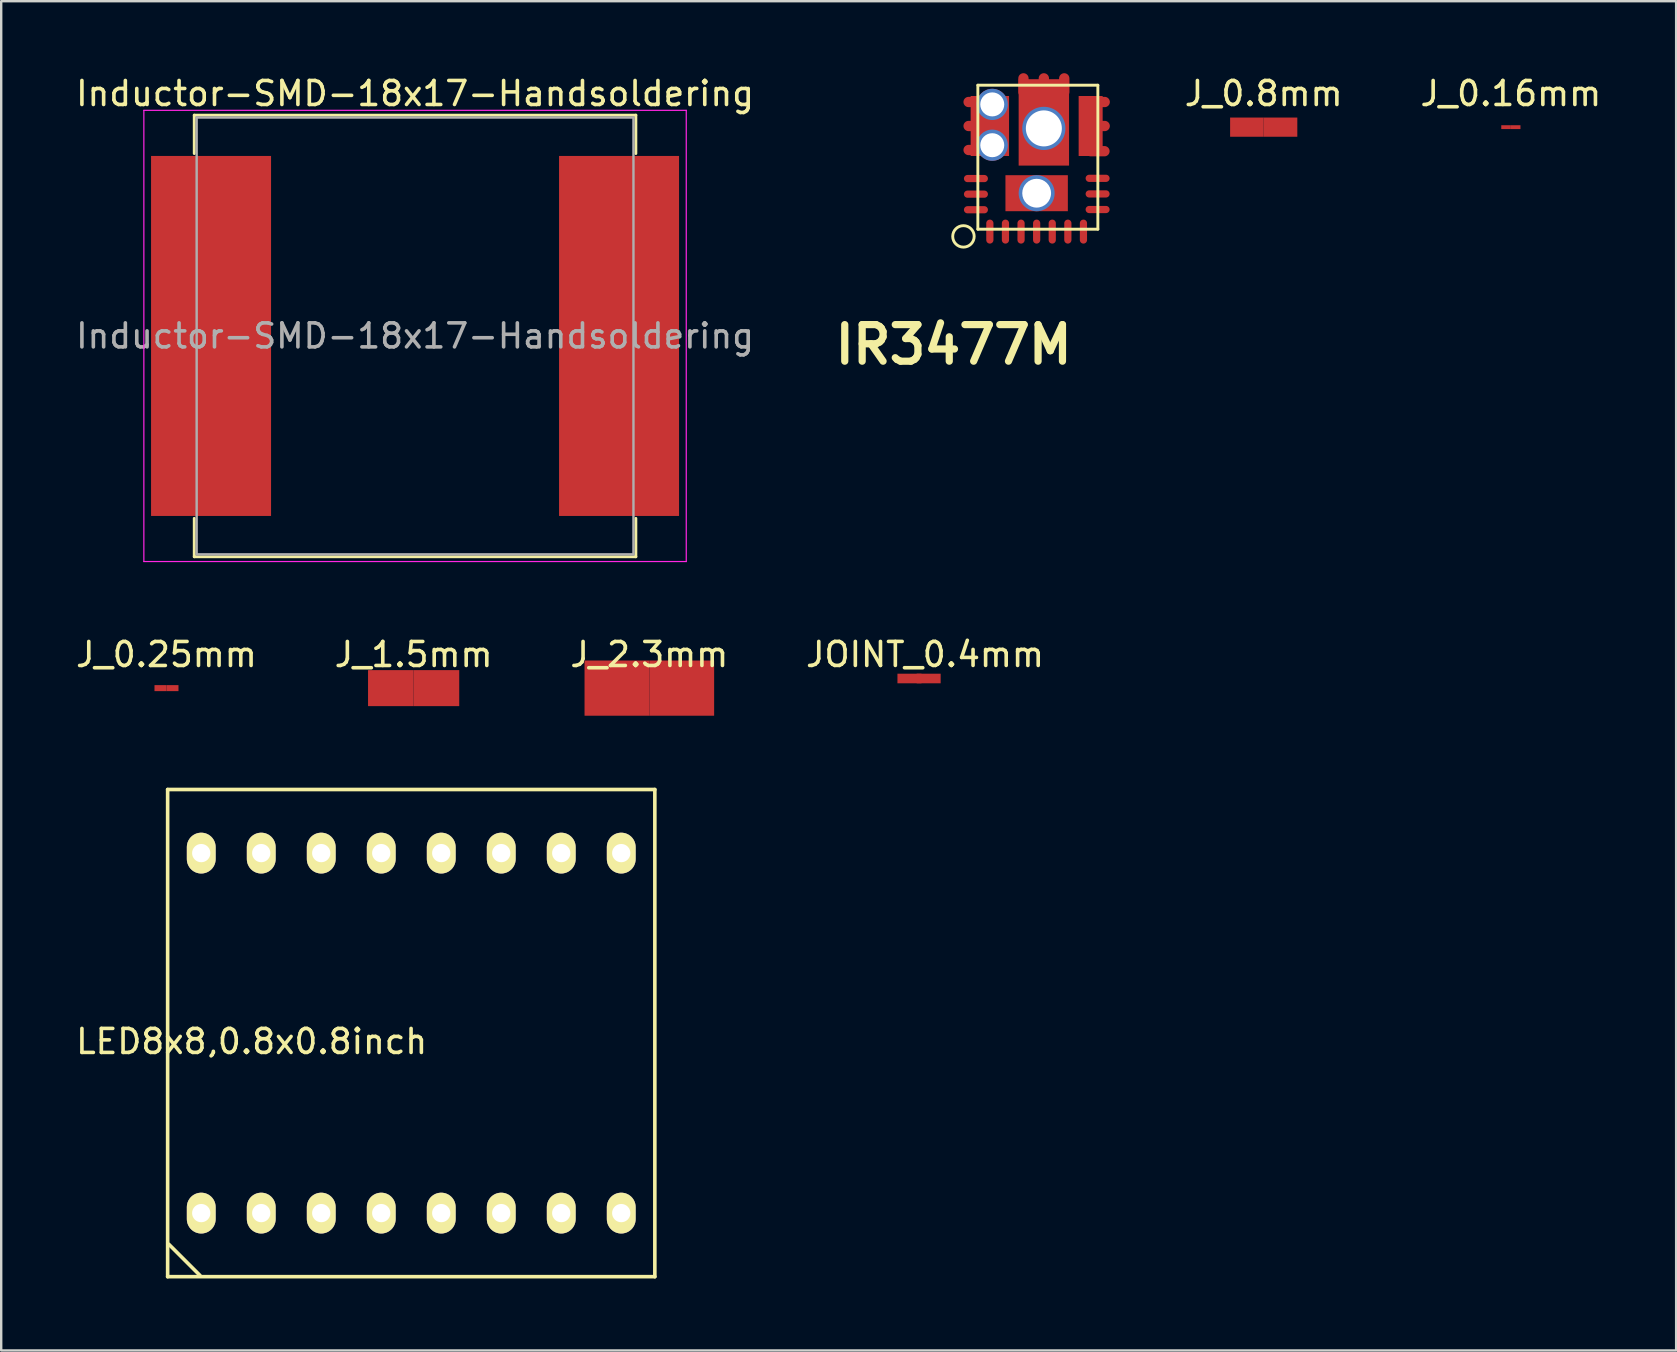
<source format=kicad_pcb>
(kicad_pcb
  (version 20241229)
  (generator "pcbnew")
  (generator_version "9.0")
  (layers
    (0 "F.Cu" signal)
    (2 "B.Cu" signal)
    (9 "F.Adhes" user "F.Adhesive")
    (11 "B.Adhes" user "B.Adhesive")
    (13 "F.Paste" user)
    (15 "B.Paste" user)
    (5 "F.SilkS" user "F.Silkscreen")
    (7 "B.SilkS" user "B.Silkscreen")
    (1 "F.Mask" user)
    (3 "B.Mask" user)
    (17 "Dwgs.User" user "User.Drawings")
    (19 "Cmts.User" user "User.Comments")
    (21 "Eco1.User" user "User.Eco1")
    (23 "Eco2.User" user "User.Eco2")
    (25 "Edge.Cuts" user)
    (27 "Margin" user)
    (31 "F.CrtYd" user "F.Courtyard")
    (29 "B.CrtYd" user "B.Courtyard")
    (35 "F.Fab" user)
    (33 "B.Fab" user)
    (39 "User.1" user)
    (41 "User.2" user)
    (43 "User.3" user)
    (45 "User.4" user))
  (footprint "J_0.25mm"
    (layer "F.Cu")
    (at 3.887 25.622)
    (property "Reference" "J_0.25mm" (at 0 -1.4 0) (layer "F.SilkS") (effects (font (size 1 1) (thickness 0.15))))
    (attr through_hole)
    (pad "1" smd rect (at -0.35 0) (size 0.5 0.25) (drill (offset 0.1 0)) (layers "F.Cu"))
    (pad "2" smd rect (at 0.35 0 180) (size 0.5 0.25) (drill (offset 0.1 0)) (layers "F.Cu")))
  (footprint "J_0.16mm"
    (layer "F.Cu")
    (at 59.903 2.248)
    (property "Reference" "J_0.16mm" (at 0 -1.4 0) (layer "F.SilkS") (effects (font (size 1 1) (thickness 0.15))))
    (attr through_hole)
    (pad "1" smd rect (at -0.3 0 180) (size 0.4 0.16) (drill (offset -0.1 0)) (layers "F.Cu"))
    (pad "2" smd rect (at 0.3 0) (size 0.4 0.16) (drill (offset -0.1 0)) (layers "F.Cu")))
  (footprint "Inductor-SMD-18x17-Handsoldering"
    (layer "F.Cu")
    (at 14.244 10.948)
    (property "Reference" "Inductor-SMD-18x17-Handsoldering" (at 0 -10.1 0) (layer "F.SilkS") (effects (font (size 1 1) (thickness 0.15))))
    (attr smd)
    (fp_line (start -9.2 -9.2) (end 9.2 -9.2) (stroke (width 0.12) (type solid)) (layer "F.SilkS"))
    (fp_line (start -9.2 -7.6) (end -9.2 -9.2) (stroke (width 0.12) (type solid)) (layer "F.SilkS"))
    (fp_line (start -9.2 7.6) (end -9.2 9.2) (stroke (width 0.12) (type solid)) (layer "F.SilkS"))
    (fp_line (start -9.2 9.2) (end 9.2 9.2) (stroke (width 0.12) (type solid)) (layer "F.SilkS"))
    (fp_line (start 9.2 -9.2) (end 9.2 -7.6) (stroke (width 0.12) (type solid)) (layer "F.SilkS"))
    (fp_line (start 9.2 9.2) (end 9.2 7.6) (stroke (width 0.12) (type solid)) (layer "F.SilkS"))
    (fp_line (start -11.3 -9.4) (end -11.3 9.4) (stroke (width 0.05) (type solid)) (layer "F.CrtYd"))
    (fp_line (start -11.3 9.4) (end 11.3 9.4) (stroke (width 0.05) (type solid)) (layer "F.CrtYd"))
    (fp_line (start 11.3 -9.4) (end -11.3 -9.4) (stroke (width 0.05) (type solid)) (layer "F.CrtYd"))
    (fp_line (start 11.3 9.4) (end 11.3 -9.4) (stroke (width 0.05) (type solid)) (layer "F.CrtYd"))
    (fp_line (start -9.1 -9.1) (end -9.1 9.1) (stroke (width 0.1) (type solid)) (layer "F.Fab"))
    (fp_line (start -9.1 9.1) (end 9.1 9.1) (stroke (width 0.1) (type solid)) (layer "F.Fab"))
    (fp_line (start 9.1 -9.1) (end -9.1 -9.1) (stroke (width 0.1) (type solid)) (layer "F.Fab"))
    (fp_line (start 9.1 9.1) (end 9.1 -9.1) (stroke (width 0.1) (type solid)) (layer "F.Fab"))
    (fp_text user "${REFERENCE}" (at 0 0 0) (layer "F.Fab") (effects (font (size 1 1) (thickness 0.15))))
    (pad "1" smd rect (at -8.5 0) (size 5 15) (layers "F.Cu" "F.Mask" "F.Paste"))
    (pad "2" smd rect (at 8.5 0) (size 5 15) (layers "F.Cu" "F.Mask" "F.Paste")))
  (footprint "JOINT_0.4mm"
    (layer "F.Cu")
    (at 35.244 25.221)
    (property "Reference" "JOINT_0.4mm" (at 0.25 -1 0) (layer "F.SilkS") (effects (font (size 1 1) (thickness 0.15))))
    (attr through_hole)
    (pad "1" smd rect (at -0.7 0) (size 1 0.4) (drill (offset 0.3 0)) (layers "F.Cu"))
    (pad "2" smd rect (at 0.7 0) (size 1 0.4) (drill (offset -0.3 0)) (layers "F.Cu")))
  (footprint "IR3477M"
    (layer "F.Cu")
    (at 38.194 6.6)
    (property "Reference" "IR3477M" (at -1.51 4.71 0) (layer "F.SilkS") (effects (font (size 1.524 1.524) (thickness 0.3))))
    (attr through_hole)
    (fp_line (start -0.5 -6.1) (end -0.5 -0.1) (stroke (width 0.12) (type solid)) (layer "F.SilkS"))
    (fp_line (start -0.5 -6.1) (end 4.5 -6.1) (stroke (width 0.12) (type solid)) (layer "F.SilkS"))
    (fp_line (start -0.5 -0.1) (end 4.5 -0.1) (stroke (width 0.12) (type solid)) (layer "F.SilkS"))
    (fp_line (start 4.5 -6.1) (end 4.5 -0.1) (stroke (width 0.12) (type solid)) (layer "F.SilkS"))
    (fp_circle (center -1.1 0.2) (end -0.9 0.6) (stroke (width 0.12) (type solid)) (fill no) (layer "F.SilkS"))
    (pad "1" smd oval (at 0 0) (size 0.3 1) (layers "F.Cu" "F.Mask" "F.Paste"))
    (pad "2" smd oval (at 0.65 0) (size 0.3 1) (layers "F.Cu" "F.Mask" "F.Paste"))
    (pad "3" smd oval (at 1.3 0) (size 0.3 1) (layers "F.Cu" "F.Mask" "F.Paste"))
    (pad "4" smd oval (at 1.95 0) (size 0.3 1) (layers "F.Cu" "F.Mask" "F.Paste"))
    (pad "5" smd oval (at 2.6 0) (size 0.3 1) (layers "F.Cu" "F.Mask" "F.Paste"))
    (pad "6" smd oval (at 3.25 0) (size 0.3 1) (layers "F.Cu" "F.Mask" "F.Paste"))
    (pad "7" smd oval (at 3.9 0) (size 0.3 1) (layers "F.Cu" "F.Mask" "F.Paste"))
    (pad "8" smd oval (at 4.49 -0.92 90) (size 0.3 1) (layers "F.Cu" "F.Mask" "F.Paste"))
    (pad "9" smd oval (at 4.49 -1.57 90) (size 0.3 1) (layers "F.Cu" "F.Mask" "F.Paste"))
    (pad "10" smd oval (at 4.49 -2.22 90) (size 0.3 1) (layers "F.Cu" "F.Mask" "F.Paste"))
    (pad "11" smd rect (at 4.2 -4.4 180) (size 1 2.5) (layers "F.Cu" "F.Mask" "F.Paste"))
    (pad "11" smd oval (at 4.49 -3.35 90) (size 0.43 1) (layers "F.Cu" "F.Mask" "F.Paste"))
    (pad "11" smd oval (at 4.5 -5.4 90) (size 0.43 1) (layers "F.Cu" "F.Mask" "F.Paste"))
    (pad "11" smd oval (at 4.5 -4.4 90) (size 0.43 1) (layers "F.Cu" "F.Mask" "F.Paste"))
    (pad "12" smd oval (at 1.4 -6.1 180) (size 0.43 1) (layers "F.Cu" "F.Mask" "F.Paste"))
    (pad "12" smd oval (at 2.25 -6.1 180) (size 0.43 1) (layers "F.Cu" "F.Mask" "F.Paste"))
    (pad "12" smd rect (at 2.25 -4.55 180) (size 2.1 3.6) (layers "F.Cu" "F.Mask" "F.Paste"))
    (pad "12" thru_hole circle (at 2.25 -4.3 180) (size 1.8 1.8) (drill 1.5) (layers "*.Cu" "*.Mask"))
    (pad "12" smd oval (at 3.1 -6.1 180) (size 0.43 1) (layers "F.Cu" "F.Mask" "F.Paste"))
    (pad "13" smd oval (at -0.6 -5.4 90) (size 0.43 1) (layers "F.Cu" "F.Mask" "F.Paste"))
    (pad "13" smd oval (at -0.6 -4.4 90) (size 0.43 1) (layers "F.Cu" "F.Mask" "F.Paste"))
    (pad "13" smd oval (at -0.6 -3.4 90) (size 0.43 1) (layers "F.Cu" "F.Mask" "F.Paste"))
    (pad "13" smd rect (at 0 -4.4 180) (size 1.6 2.5) (layers "F.Cu" "F.Mask" "F.Paste"))
    (pad "13" thru_hole circle (at 0.1 -5.3 180) (size 1.3 1.3) (drill 1) (layers "*.Cu" "*.Mask"))
    (pad "13" thru_hole circle (at 0.1 -3.6 180) (size 1.3 1.3) (drill 1) (layers "*.Cu" "*.Mask"))
    (pad "14" smd oval (at -0.58 -2.21 90) (size 0.3 1) (layers "F.Cu" "F.Mask" "F.Paste"))
    (pad "15" smd oval (at -0.58 -1.56 90) (size 0.3 1) (layers "F.Cu" "F.Mask" "F.Paste"))
    (pad "16" smd oval (at -0.58 -0.91 90) (size 0.3 1) (layers "F.Cu" "F.Mask" "F.Paste"))
    (pad "17" thru_hole circle (at 1.95 -1.6 180) (size 1.5 1.5) (drill 1.2) (layers "*.Cu" "*.Mask"))
    (pad "17" smd rect (at 1.95 -1.6 180) (size 2.6 1.5) (layers "F.Cu" "F.Mask" "F.Paste")))
  (footprint "LED8x8,0.8x0.8inch"
    (layer "F.Cu")
    (at 14.185 39.596)
    (property "Reference" "LED8x8,0.8x0.8inch" (at -6.75 0.75 0) (layer "F.SilkS") (effects (font (size 1 1) (thickness 0.15))))
    (attr through_hole)
    (fp_line (start -10.25 -9.75) (end 10.05 -9.75) (stroke (width 0.15) (type solid)) (layer "F.SilkS"))
    (fp_line (start -10.25 10.55) (end -10.25 -9.75) (stroke (width 0.15) (type solid)) (layer "F.SilkS"))
    (fp_line (start -10.2 9.2) (end -8.9 10.5) (stroke (width 0.15) (type solid)) (layer "F.SilkS"))
    (fp_line (start 10.05 -9.75) (end 10.05 10.55) (stroke (width 0.15) (type solid)) (layer "F.SilkS"))
    (fp_line (start 10.05 10.55) (end -10.25 10.55) (stroke (width 0.15) (type solid)) (layer "F.SilkS"))
    (pad "1" thru_hole oval (at -8.85 7.9) (size 1.2 1.7) (drill 0.762) (layers "*.Cu" "*.Mask" "F.SilkS"))
    (pad "2" thru_hole oval (at -6.35 7.9) (size 1.2 1.7) (drill 0.762) (layers "*.Cu" "*.Mask" "F.SilkS"))
    (pad "3" thru_hole oval (at -3.85 7.9) (size 1.2 1.7) (drill 0.762) (layers "*.Cu" "*.Mask" "F.SilkS"))
    (pad "4" thru_hole oval (at -1.35 7.9) (size 1.2 1.7) (drill 0.762) (layers "*.Cu" "*.Mask" "F.SilkS"))
    (pad "5" thru_hole oval (at 1.15 7.9) (size 1.2 1.7) (drill 0.762) (layers "*.Cu" "*.Mask" "F.SilkS"))
    (pad "6" thru_hole oval (at 3.65 7.9) (size 1.2 1.7) (drill 0.762) (layers "*.Cu" "*.Mask" "F.SilkS"))
    (pad "7" thru_hole oval (at 6.15 7.9) (size 1.2 1.7) (drill 0.762) (layers "*.Cu" "*.Mask" "F.SilkS"))
    (pad "8" thru_hole oval (at 8.65 7.9) (size 1.2 1.7) (drill 0.762) (layers "*.Cu" "*.Mask" "F.SilkS"))
    (pad "9" thru_hole oval (at 8.65 -7.1) (size 1.2 1.7) (drill 0.762) (layers "*.Cu" "*.Mask" "F.SilkS"))
    (pad "10" thru_hole oval (at 6.15 -7.1) (size 1.2 1.7) (drill 0.762) (layers "*.Cu" "*.Mask" "F.SilkS"))
    (pad "11" thru_hole oval (at 3.65 -7.1) (size 1.2 1.7) (drill 0.762) (layers "*.Cu" "*.Mask" "F.SilkS"))
    (pad "12" thru_hole oval (at 1.15 -7.1) (size 1.2 1.7) (drill 0.762) (layers "*.Cu" "*.Mask" "F.SilkS"))
    (pad "13" thru_hole oval (at -1.35 -7.1) (size 1.2 1.7) (drill 0.762) (layers "*.Cu" "*.Mask" "F.SilkS"))
    (pad "14" thru_hole oval (at -3.85 -7.1) (size 1.2 1.7) (drill 0.762) (layers "*.Cu" "*.Mask" "F.SilkS"))
    (pad "15" thru_hole oval (at -6.35 -7.1) (size 1.2 1.7) (drill 0.762) (layers "*.Cu" "*.Mask" "F.SilkS"))
    (pad "16" thru_hole oval (at -8.85 -7.1) (size 1.2 1.7) (drill 0.762) (layers "*.Cu" "*.Mask" "F.SilkS")))
  (footprint "J_0.8mm"
    (layer "F.Cu")
    (at 49.605 2.248)
    (property "Reference" "J_0.8mm" (at 0 -1.4 0) (layer "F.SilkS") (effects (font (size 1 1) (thickness 0.15))))
    (attr through_hole)
    (pad "1" smd rect (at -0.92 0) (size 1.4 0.8) (drill (offset 0.22 0)) (layers "F.Cu"))
    (pad "2" smd rect (at 0.92 0 180) (size 1.4 0.8) (drill (offset 0.22 0)) (layers "F.Cu")))
  (footprint "J_1.5mm"
    (layer "F.Cu")
    (at 14.185 25.622)
    (property "Reference" "J_1.5mm" (at 0 -1.4 0) (layer "F.SilkS") (effects (font (size 1 1) (thickness 0.15))))
    (attr through_hole)
    (pad "1" smd rect (at -1.09 0) (size 1.9 1.5) (drill (offset 0.14 0)) (layers "F.Cu"))
    (pad "2" smd rect (at 1.09 0 180) (size 1.9 1.5) (drill (offset 0.14 0)) (layers "F.Cu")))
  (footprint "J_2.3mm"
    (layer "F.Cu")
    (at 24.006 25.622)
    (property "Reference" "J_2.3mm" (at 0 -1.4 0) (layer "F.SilkS") (effects (font (size 1 1) (thickness 0.15))))
    (attr through_hole)
    (pad "1" smd rect (at -1.49 0) (size 2.7 2.3) (drill (offset 0.14 0)) (layers "F.Cu"))
    (pad "2" smd rect (at 1.49 0 180) (size 2.7 2.3) (drill (offset 0.14 0)) (layers "F.Cu")))
  (gr_rect
    (start -3 -3)
    (end 66.79 53.221)
    (stroke (width 0.1) (type default))
    (fill no)
    (layer "Edge.Cuts")))
</source>
